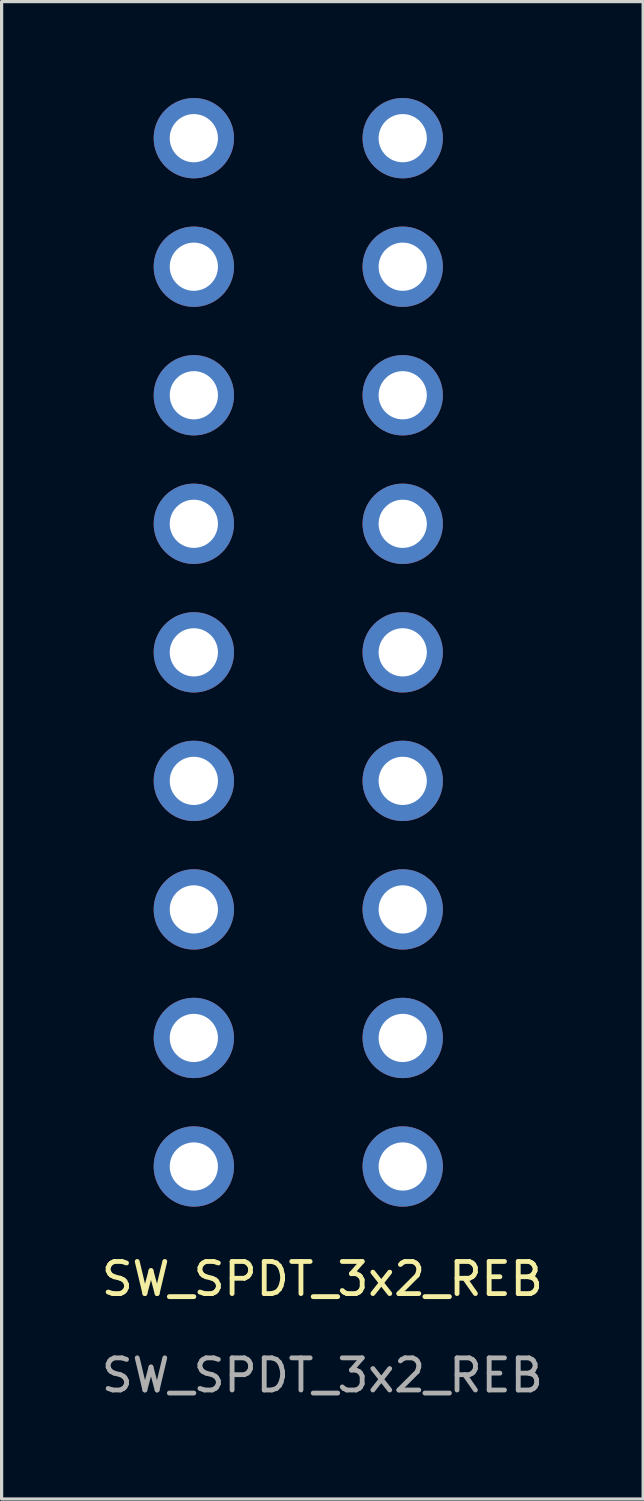
<source format=kicad_pcb>
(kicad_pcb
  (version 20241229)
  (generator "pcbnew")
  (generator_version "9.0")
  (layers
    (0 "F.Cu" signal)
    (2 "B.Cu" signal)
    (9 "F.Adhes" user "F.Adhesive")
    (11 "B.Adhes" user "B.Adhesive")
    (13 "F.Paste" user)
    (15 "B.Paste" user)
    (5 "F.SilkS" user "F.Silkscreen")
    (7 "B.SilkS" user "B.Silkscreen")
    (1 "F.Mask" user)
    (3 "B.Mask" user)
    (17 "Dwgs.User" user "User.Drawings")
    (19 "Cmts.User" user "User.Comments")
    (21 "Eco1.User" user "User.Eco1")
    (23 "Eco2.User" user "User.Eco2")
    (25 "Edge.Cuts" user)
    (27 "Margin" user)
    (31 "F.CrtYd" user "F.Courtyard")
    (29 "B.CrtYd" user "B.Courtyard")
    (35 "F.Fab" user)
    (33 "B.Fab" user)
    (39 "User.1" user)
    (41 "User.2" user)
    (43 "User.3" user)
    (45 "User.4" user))
  (footprint "SW_SPDT_3x2_REB"
    (layer "F.Cu")
    (at 2.982 33.25)
    (property "Reference" "SW_SPDT_3x2_REB" (at 4 3.5 0) (unlocked yes) (layer "F.SilkS") (effects (font (size 1 1) (thickness 0.15))))
    (attr through_hole)
    (fp_text user "${REFERENCE}" (at 4 6.5 0) (unlocked yes) (layer "F.Fab") (effects (font (size 1 1) (thickness 0.15))))
    (pad "1" thru_hole circle (at 0 0) (size 2.5 2.5) (drill 1.5) (layers "*.Cu" "*.Mask"))
    (pad "2" thru_hole circle (at 0 -4) (size 2.5 2.5) (drill 1.5) (layers "*.Cu" "*.Mask"))
    (pad "3" thru_hole circle (at 0 -8) (size 2.5 2.5) (drill 1.5) (layers "*.Cu" "*.Mask"))
    (pad "4" thru_hole circle (at 0 -12) (size 2.5 2.5) (drill 1.5) (layers "*.Cu" "*.Mask"))
    (pad "5" thru_hole circle (at 0 -16) (size 2.5 2.5) (drill 1.5) (layers "*.Cu" "*.Mask"))
    (pad "6" thru_hole circle (at 0 -20) (size 2.5 2.5) (drill 1.5) (layers "*.Cu" "*.Mask"))
    (pad "7" thru_hole circle (at 0 -24) (size 2.5 2.5) (drill 1.5) (layers "*.Cu" "*.Mask"))
    (pad "8" thru_hole circle (at 0 -28) (size 2.5 2.5) (drill 1.5) (layers "*.Cu" "*.Mask"))
    (pad "9" thru_hole circle (at 0 -32) (size 2.5 2.5) (drill 1.5) (layers "*.Cu" "*.Mask"))
    (pad "10" thru_hole circle (at 6.5 0) (size 2.5 2.5) (drill 1.5) (layers "*.Cu" "*.Mask"))
    (pad "11" thru_hole circle (at 6.5 -4) (size 2.5 2.5) (drill 1.5) (layers "*.Cu" "*.Mask"))
    (pad "12" thru_hole circle (at 6.5 -8) (size 2.5 2.5) (drill 1.5) (layers "*.Cu" "*.Mask"))
    (pad "13" thru_hole circle (at 6.5 -12) (size 2.5 2.5) (drill 1.5) (layers "*.Cu" "*.Mask"))
    (pad "14" thru_hole circle (at 6.5 -16) (size 2.5 2.5) (drill 1.5) (layers "*.Cu" "*.Mask"))
    (pad "15" thru_hole circle (at 6.5 -20) (size 2.5 2.5) (drill 1.5) (layers "*.Cu" "*.Mask"))
    (pad "16" thru_hole circle (at 6.5 -24) (size 2.5 2.5) (drill 1.5) (layers "*.Cu" "*.Mask"))
    (pad "17" thru_hole circle (at 6.5 -28) (size 2.5 2.5) (drill 1.5) (layers "*.Cu" "*.Mask"))
    (pad "18" thru_hole circle (at 6.5 -32) (size 2.5 2.5) (drill 1.5) (layers "*.Cu" "*.Mask")))
  (gr_rect
    (start -3 -3)
    (end 16.964 43.598)
    (stroke (width 0.1) (type default))
    (fill no)
    (layer "Edge.Cuts")))
</source>
